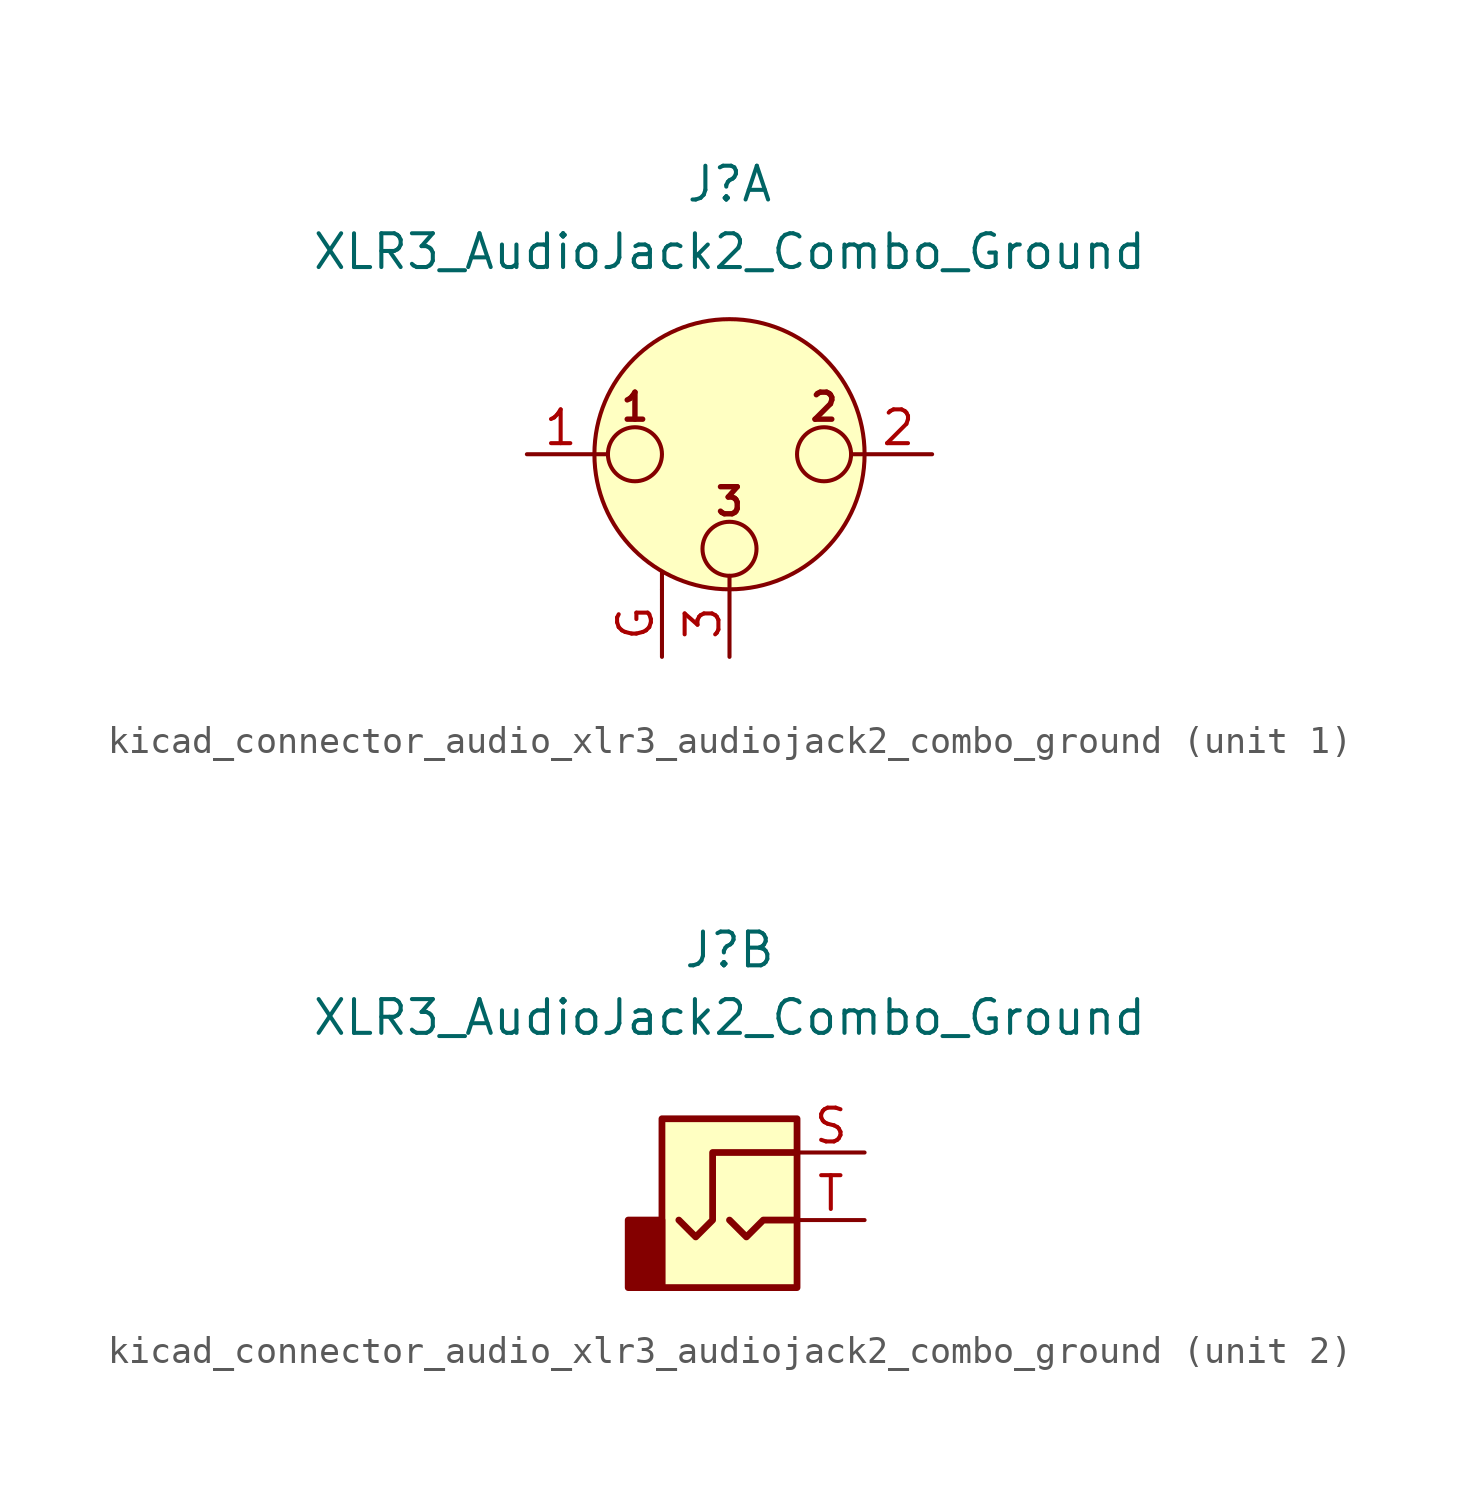
<source format=kicad_sym>
(kicad_symbol_lib
  (version 20220914)
  (generator kicad_symbol_editor)
  (symbol "kicad_connector_audio_xlr3_audiojack2_combo_ground"
    (pin_names hide)
    (property "Reference" "J"
      (at 0 10.16 0)
      (effects (font (size 1.27 1.27))))
    (property "Value" "XLR3_AudioJack2_Combo_Ground"
      (at 0 7.62 0)
      (effects (font (size 1.27 1.27))))
    (symbol "kicad_connector_audio_xlr3_audiojack2_combo_ground_1_1"
      (circle (center -3.556 0) (radius 1.016) (stroke (width 0) (type default)) (fill (type none)))
      (circle (center 0 -3.556) (radius 1.016) (stroke (width 0) (type default)) (fill (type none)))
      (polyline (pts (xy -5.08 0) (xy -4.572 0)) (stroke (width 0) (type default)) (fill (type none)))
      (polyline (pts (xy -2.54 -5.08) (xy -2.54 -4.445)) (stroke (width 0) (type default)) (fill (type none)))
      (polyline (pts (xy 0 -5.08) (xy 0 -4.572)) (stroke (width 0) (type default)) (fill (type none)))
      (polyline (pts (xy 5.08 0) (xy 4.572 0)) (stroke (width 0) (type default)) (fill (type none)))
      (circle (center 0 0) (radius 5.08) (stroke (width 0) (type default)) (fill (type background)))
      (circle (center 3.556 0) (radius 1.016) (stroke (width 0) (type default)) (fill (type none)))
      (text "1" (at -3.556 1.778 0) (effects (font (size 1.016 1.016) bold)))
      (text "2" (at 3.556 1.778 0) (effects (font (size 1.016 1.016) bold)))
      (text "3" (at 0 -1.778 0) (effects (font (size 1.016 1.016) bold)))
      (pin passive line (at -7.62 0 0) (length 2.54) (name "~" (effects (font (size 1.27 1.27)))) (number "1" (effects (font (size 1.27 1.27)))))
      (pin passive line (at 7.62 0 180) (length 2.54) (name "~" (effects (font (size 1.27 1.27)))) (number "2" (effects (font (size 1.27 1.27)))))
      (pin passive line (at 0 -7.62 90) (length 2.54) (name "~" (effects (font (size 1.27 1.27)))) (number "3" (effects (font (size 1.27 1.27)))))
      (pin passive line (at -2.54 -7.62 90) (length 2.54) (name "~" (effects (font (size 1.27 1.27)))) (number "G" (effects (font (size 1.27 1.27))))))
    (symbol "kicad_connector_audio_xlr3_audiojack2_combo_ground_2_1"
      (rectangle (start -2.54 0) (end -3.81 -2.54) (stroke (width 0.254) (type default)) (fill (type outline)))
      (polyline (pts (xy 0 0) (xy 0.635 -0.635) (xy 1.27 0) (xy 2.54 0)) (stroke (width 0.254) (type default)) (fill (type none)))
      (polyline (pts (xy 2.54 2.54) (xy -0.635 2.54) (xy -0.635 0) (xy -1.27 -0.635) (xy -1.905 0)) (stroke (width 0.254) (type default)) (fill (type none)))
      (rectangle (start 2.54 3.81) (end -2.54 -2.54) (stroke (width 0.254) (type default)) (fill (type background)))
      (pin passive line (at 5.08 2.54 180) (length 2.54) (name "~" (effects (font (size 1.27 1.27)))) (number "S" (effects (font (size 1.27 1.27)))))
      (pin passive line (at 5.08 0 180) (length 2.54) (name "~" (effects (font (size 1.27 1.27)))) (number "T" (effects (font (size 1.27 1.27))))))))
</source>
